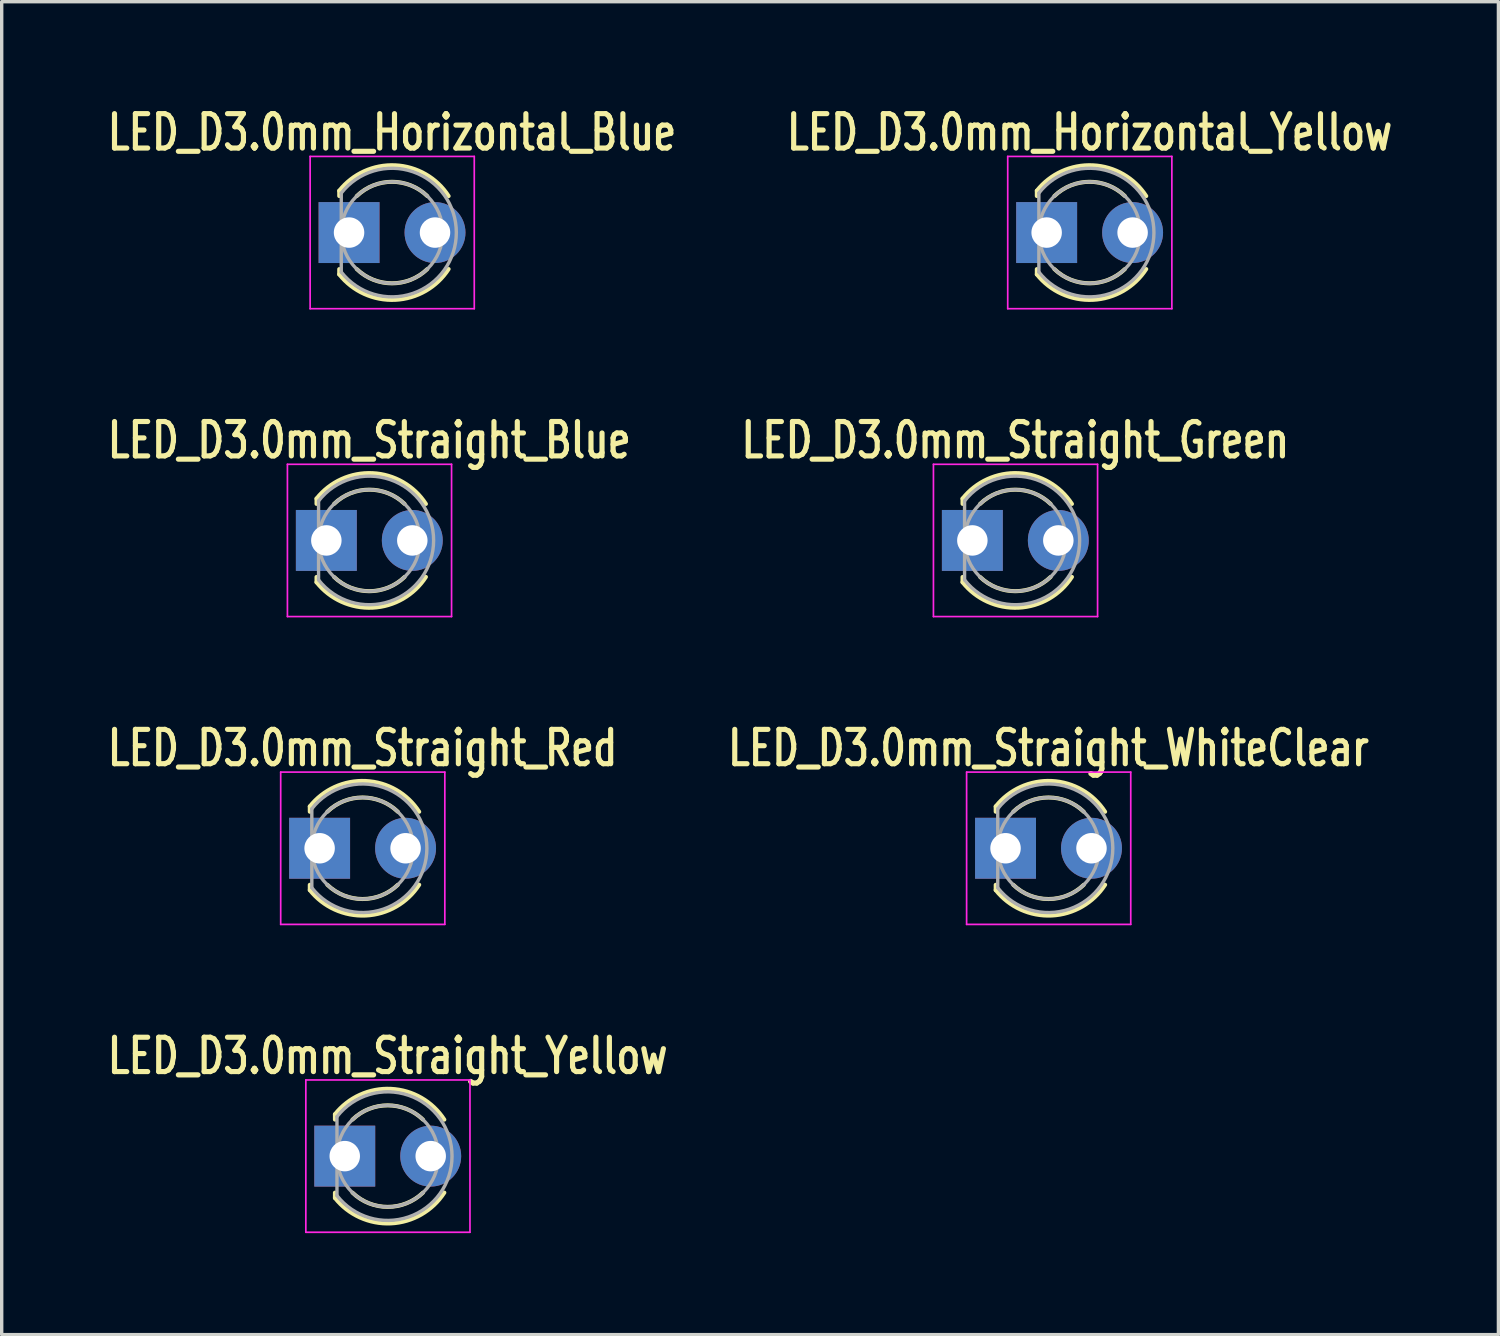
<source format=kicad_pcb>
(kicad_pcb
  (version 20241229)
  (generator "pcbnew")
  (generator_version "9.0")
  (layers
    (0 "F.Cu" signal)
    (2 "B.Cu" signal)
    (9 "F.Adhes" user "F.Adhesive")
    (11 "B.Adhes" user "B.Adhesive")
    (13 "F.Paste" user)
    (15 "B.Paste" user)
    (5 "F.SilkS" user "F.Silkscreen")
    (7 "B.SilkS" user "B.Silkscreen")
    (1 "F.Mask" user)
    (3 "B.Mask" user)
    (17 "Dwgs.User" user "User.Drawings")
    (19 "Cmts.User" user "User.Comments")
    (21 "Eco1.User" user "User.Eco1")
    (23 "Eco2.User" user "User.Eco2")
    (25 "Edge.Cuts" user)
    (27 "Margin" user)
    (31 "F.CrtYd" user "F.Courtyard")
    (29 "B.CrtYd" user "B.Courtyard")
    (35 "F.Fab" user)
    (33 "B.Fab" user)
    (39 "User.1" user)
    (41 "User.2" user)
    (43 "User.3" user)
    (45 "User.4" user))
  (footprint "LED_D3.0mm_Straight_WhiteClear"
    (layer "F.Cu")
    (at 26.662 22.015)
    (property "Reference" "LED_D3.0mm_Straight_WhiteClear" (at 1.27 -2.96 0) (layer "F.SilkS") (effects (font (size 1.016 0.762) (thickness 0.152))))
    (attr through_hole)
    (fp_line (start -0.29 -1.236) (end -0.29 -1.08) (stroke (width 0.12) (type solid)) (layer "F.SilkS"))
    (fp_line (start -0.29 1.08) (end -0.29 1.236) (stroke (width 0.12) (type solid)) (layer "F.SilkS"))
    (fp_arc (start -0.29 -1.235516) (mid 1.366487 -1.987659) (end 2.942335 -1.078608) (stroke (width 0.12) (type solid)) (layer "F.SilkS"))
    (fp_arc (start 0.229039 -1.08) (mid 1.270117 -1.5) (end 2.31113 -1.079837) (stroke (width 0.12) (type solid)) (layer "F.SilkS"))
    (fp_arc (start 2.31113 1.079837) (mid 1.270117 1.5) (end 0.229039 1.08) (stroke (width 0.12) (type solid)) (layer "F.SilkS"))
    (fp_arc (start 2.942335 1.078608) (mid 1.366487 1.987659) (end -0.29 1.235516) (stroke (width 0.12) (type solid)) (layer "F.SilkS"))
    (fp_line (start -1.15 -2.25) (end -1.15 2.25) (stroke (width 0.05) (type solid)) (layer "F.CrtYd"))
    (fp_line (start -1.15 2.25) (end 3.7 2.25) (stroke (width 0.05) (type solid)) (layer "F.CrtYd"))
    (fp_line (start 3.7 -2.25) (end -1.15 -2.25) (stroke (width 0.05) (type solid)) (layer "F.CrtYd"))
    (fp_line (start 3.7 2.25) (end 3.7 -2.25) (stroke (width 0.05) (type solid)) (layer "F.CrtYd"))
    (fp_line (start -0.23 -1.166) (end -0.23 1.166) (stroke (width 0.1) (type solid)) (layer "F.Fab"))
    (fp_arc (start -0.23 -1.16619) (mid 3.17 0.000452) (end -0.230555 1.165476) (stroke (width 0.1) (type solid)) (layer "F.Fab"))
    (fp_circle (center 1.27 0) (end 2.77 0) (stroke (width 0.1) (type solid)) (fill no) (layer "F.Fab"))
    (pad "1" thru_hole rect (at 0 0) (size 1.8 1.8) (drill 0.9) (layers "*.Cu" "*.Mask"))
    (pad "2" thru_hole circle (at 2.54 0) (size 1.8 1.8) (drill 0.9) (layers "*.Cu" "*.Mask")))
  (footprint "LED_D3.0mm_Horizontal_Blue"
    (layer "F.Cu")
    (at 7.264 3.822)
    (property "Reference" "LED_D3.0mm_Horizontal_Blue" (at 1.27 -2.96 0) (layer "F.SilkS") (effects (font (size 1.016 0.762) (thickness 0.152))))
    (attr through_hole)
    (fp_line (start -0.29 -1.236) (end -0.29 -1.08) (stroke (width 0.12) (type solid)) (layer "F.SilkS"))
    (fp_line (start -0.29 1.08) (end -0.29 1.236) (stroke (width 0.12) (type solid)) (layer "F.SilkS"))
    (fp_arc (start -0.29 -1.235516) (mid 1.366487 -1.987659) (end 2.942335 -1.078608) (stroke (width 0.12) (type solid)) (layer "F.SilkS"))
    (fp_arc (start 0.229039 -1.08) (mid 1.270117 -1.5) (end 2.31113 -1.079837) (stroke (width 0.12) (type solid)) (layer "F.SilkS"))
    (fp_arc (start 2.31113 1.079837) (mid 1.270117 1.5) (end 0.229039 1.08) (stroke (width 0.12) (type solid)) (layer "F.SilkS"))
    (fp_arc (start 2.942335 1.078608) (mid 1.366487 1.987659) (end -0.29 1.235516) (stroke (width 0.12) (type solid)) (layer "F.SilkS"))
    (fp_line (start -1.15 -2.25) (end -1.15 2.25) (stroke (width 0.05) (type solid)) (layer "F.CrtYd"))
    (fp_line (start -1.15 2.25) (end 3.7 2.25) (stroke (width 0.05) (type solid)) (layer "F.CrtYd"))
    (fp_line (start 3.7 -2.25) (end -1.15 -2.25) (stroke (width 0.05) (type solid)) (layer "F.CrtYd"))
    (fp_line (start 3.7 2.25) (end 3.7 -2.25) (stroke (width 0.05) (type solid)) (layer "F.CrtYd"))
    (fp_line (start -0.23 -1.166) (end -0.23 1.166) (stroke (width 0.1) (type solid)) (layer "F.Fab"))
    (fp_arc (start -0.23 -1.16619) (mid 3.17 0.000452) (end -0.230555 1.165476) (stroke (width 0.1) (type solid)) (layer "F.Fab"))
    (fp_circle (center 1.27 0) (end 2.77 0) (stroke (width 0.1) (type solid)) (fill no) (layer "F.Fab"))
    (pad "1" thru_hole rect (at 0 0) (size 1.8 1.8) (drill 0.9) (layers "*.Cu" "*.Mask"))
    (pad "2" thru_hole circle (at 2.54 0) (size 1.8 1.8) (drill 0.9) (layers "*.Cu" "*.Mask")))
  (footprint "LED_D3.0mm_Straight_Blue"
    (layer "F.Cu")
    (at 6.593 12.919)
    (property "Reference" "LED_D3.0mm_Straight_Blue" (at 1.27 -2.96 0) (layer "F.SilkS") (effects (font (size 1.016 0.762) (thickness 0.152))))
    (attr through_hole)
    (fp_line (start -0.29 -1.236) (end -0.29 -1.08) (stroke (width 0.12) (type solid)) (layer "F.SilkS"))
    (fp_line (start -0.29 1.08) (end -0.29 1.236) (stroke (width 0.12) (type solid)) (layer "F.SilkS"))
    (fp_arc (start -0.29 -1.235516) (mid 1.366487 -1.987659) (end 2.942335 -1.078608) (stroke (width 0.12) (type solid)) (layer "F.SilkS"))
    (fp_arc (start 0.229039 -1.08) (mid 1.270117 -1.5) (end 2.31113 -1.079837) (stroke (width 0.12) (type solid)) (layer "F.SilkS"))
    (fp_arc (start 2.31113 1.079837) (mid 1.270117 1.5) (end 0.229039 1.08) (stroke (width 0.12) (type solid)) (layer "F.SilkS"))
    (fp_arc (start 2.942335 1.078608) (mid 1.366487 1.987659) (end -0.29 1.235516) (stroke (width 0.12) (type solid)) (layer "F.SilkS"))
    (fp_line (start -1.15 -2.25) (end -1.15 2.25) (stroke (width 0.05) (type solid)) (layer "F.CrtYd"))
    (fp_line (start -1.15 2.25) (end 3.7 2.25) (stroke (width 0.05) (type solid)) (layer "F.CrtYd"))
    (fp_line (start 3.7 -2.25) (end -1.15 -2.25) (stroke (width 0.05) (type solid)) (layer "F.CrtYd"))
    (fp_line (start 3.7 2.25) (end 3.7 -2.25) (stroke (width 0.05) (type solid)) (layer "F.CrtYd"))
    (fp_line (start -0.23 -1.166) (end -0.23 1.166) (stroke (width 0.1) (type solid)) (layer "F.Fab"))
    (fp_arc (start -0.23 -1.16619) (mid 3.17 0.000452) (end -0.230555 1.165476) (stroke (width 0.1) (type solid)) (layer "F.Fab"))
    (fp_circle (center 1.27 0) (end 2.77 0) (stroke (width 0.1) (type solid)) (fill no) (layer "F.Fab"))
    (pad "1" thru_hole rect (at 0 0) (size 1.8 1.8) (drill 0.9) (layers "*.Cu" "*.Mask"))
    (pad "2" thru_hole circle (at 2.54 0) (size 1.8 1.8) (drill 0.9) (layers "*.Cu" "*.Mask")))
  (footprint "LED_D3.0mm_Straight_Red"
    (layer "F.Cu")
    (at 6.394 22.015)
    (property "Reference" "LED_D3.0mm_Straight_Red" (at 1.27 -2.96 0) (layer "F.SilkS") (effects (font (size 1.016 0.762) (thickness 0.152))))
    (attr through_hole)
    (fp_line (start -0.29 -1.236) (end -0.29 -1.08) (stroke (width 0.12) (type solid)) (layer "F.SilkS"))
    (fp_line (start -0.29 1.08) (end -0.29 1.236) (stroke (width 0.12) (type solid)) (layer "F.SilkS"))
    (fp_arc (start -0.29 -1.235516) (mid 1.366487 -1.987659) (end 2.942335 -1.078608) (stroke (width 0.12) (type solid)) (layer "F.SilkS"))
    (fp_arc (start 0.229039 -1.08) (mid 1.270117 -1.5) (end 2.31113 -1.079837) (stroke (width 0.12) (type solid)) (layer "F.SilkS"))
    (fp_arc (start 2.31113 1.079837) (mid 1.270117 1.5) (end 0.229039 1.08) (stroke (width 0.12) (type solid)) (layer "F.SilkS"))
    (fp_arc (start 2.942335 1.078608) (mid 1.366487 1.987659) (end -0.29 1.235516) (stroke (width 0.12) (type solid)) (layer "F.SilkS"))
    (fp_line (start -1.15 -2.25) (end -1.15 2.25) (stroke (width 0.05) (type solid)) (layer "F.CrtYd"))
    (fp_line (start -1.15 2.25) (end 3.7 2.25) (stroke (width 0.05) (type solid)) (layer "F.CrtYd"))
    (fp_line (start 3.7 -2.25) (end -1.15 -2.25) (stroke (width 0.05) (type solid)) (layer "F.CrtYd"))
    (fp_line (start 3.7 2.25) (end 3.7 -2.25) (stroke (width 0.05) (type solid)) (layer "F.CrtYd"))
    (fp_line (start -0.23 -1.166) (end -0.23 1.166) (stroke (width 0.1) (type solid)) (layer "F.Fab"))
    (fp_arc (start -0.23 -1.16619) (mid 3.17 0.000452) (end -0.230555 1.165476) (stroke (width 0.1) (type solid)) (layer "F.Fab"))
    (fp_circle (center 1.27 0) (end 2.77 0) (stroke (width 0.1) (type solid)) (fill no) (layer "F.Fab"))
    (pad "1" thru_hole rect (at 0 0) (size 1.8 1.8) (drill 0.9) (layers "*.Cu" "*.Mask"))
    (pad "2" thru_hole circle (at 2.54 0) (size 1.8 1.8) (drill 0.9) (layers "*.Cu" "*.Mask")))
  (footprint "LED_D3.0mm_Straight_Yellow"
    (layer "F.Cu")
    (at 7.137 31.112)
    (property "Reference" "LED_D3.0mm_Straight_Yellow" (at 1.27 -2.96 0) (layer "F.SilkS") (effects (font (size 1.016 0.762) (thickness 0.152))))
    (attr through_hole)
    (fp_line (start -0.29 -1.236) (end -0.29 -1.08) (stroke (width 0.12) (type solid)) (layer "F.SilkS"))
    (fp_line (start -0.29 1.08) (end -0.29 1.236) (stroke (width 0.12) (type solid)) (layer "F.SilkS"))
    (fp_arc (start -0.29 -1.235516) (mid 1.366487 -1.987659) (end 2.942335 -1.078608) (stroke (width 0.12) (type solid)) (layer "F.SilkS"))
    (fp_arc (start 0.229039 -1.08) (mid 1.270117 -1.5) (end 2.31113 -1.079837) (stroke (width 0.12) (type solid)) (layer "F.SilkS"))
    (fp_arc (start 2.31113 1.079837) (mid 1.270117 1.5) (end 0.229039 1.08) (stroke (width 0.12) (type solid)) (layer "F.SilkS"))
    (fp_arc (start 2.942335 1.078608) (mid 1.366487 1.987659) (end -0.29 1.235516) (stroke (width 0.12) (type solid)) (layer "F.SilkS"))
    (fp_line (start -1.15 -2.25) (end -1.15 2.25) (stroke (width 0.05) (type solid)) (layer "F.CrtYd"))
    (fp_line (start -1.15 2.25) (end 3.7 2.25) (stroke (width 0.05) (type solid)) (layer "F.CrtYd"))
    (fp_line (start 3.7 -2.25) (end -1.15 -2.25) (stroke (width 0.05) (type solid)) (layer "F.CrtYd"))
    (fp_line (start 3.7 2.25) (end 3.7 -2.25) (stroke (width 0.05) (type solid)) (layer "F.CrtYd"))
    (fp_line (start -0.23 -1.166) (end -0.23 1.166) (stroke (width 0.1) (type solid)) (layer "F.Fab"))
    (fp_arc (start -0.23 -1.16619) (mid 3.17 0.000452) (end -0.230555 1.165476) (stroke (width 0.1) (type solid)) (layer "F.Fab"))
    (fp_circle (center 1.27 0) (end 2.77 0) (stroke (width 0.1) (type solid)) (fill no) (layer "F.Fab"))
    (pad "1" thru_hole rect (at 0 0) (size 1.8 1.8) (drill 0.9) (layers "*.Cu" "*.Mask"))
    (pad "2" thru_hole circle (at 2.54 0) (size 1.8 1.8) (drill 0.9) (layers "*.Cu" "*.Mask")))
  (footprint "LED_D3.0mm_Straight_Green"
    (layer "F.Cu")
    (at 25.682 12.919)
    (property "Reference" "LED_D3.0mm_Straight_Green" (at 1.27 -2.96 0) (layer "F.SilkS") (effects (font (size 1.016 0.762) (thickness 0.152))))
    (attr through_hole)
    (fp_line (start -0.29 -1.236) (end -0.29 -1.08) (stroke (width 0.12) (type solid)) (layer "F.SilkS"))
    (fp_line (start -0.29 1.08) (end -0.29 1.236) (stroke (width 0.12) (type solid)) (layer "F.SilkS"))
    (fp_arc (start -0.29 -1.235516) (mid 1.366487 -1.987659) (end 2.942335 -1.078608) (stroke (width 0.12) (type solid)) (layer "F.SilkS"))
    (fp_arc (start 0.229039 -1.08) (mid 1.270117 -1.5) (end 2.31113 -1.079837) (stroke (width 0.12) (type solid)) (layer "F.SilkS"))
    (fp_arc (start 2.31113 1.079837) (mid 1.270117 1.5) (end 0.229039 1.08) (stroke (width 0.12) (type solid)) (layer "F.SilkS"))
    (fp_arc (start 2.942335 1.078608) (mid 1.366487 1.987659) (end -0.29 1.235516) (stroke (width 0.12) (type solid)) (layer "F.SilkS"))
    (fp_line (start -1.15 -2.25) (end -1.15 2.25) (stroke (width 0.05) (type solid)) (layer "F.CrtYd"))
    (fp_line (start -1.15 2.25) (end 3.7 2.25) (stroke (width 0.05) (type solid)) (layer "F.CrtYd"))
    (fp_line (start 3.7 -2.25) (end -1.15 -2.25) (stroke (width 0.05) (type solid)) (layer "F.CrtYd"))
    (fp_line (start 3.7 2.25) (end 3.7 -2.25) (stroke (width 0.05) (type solid)) (layer "F.CrtYd"))
    (fp_line (start -0.23 -1.166) (end -0.23 1.166) (stroke (width 0.1) (type solid)) (layer "F.Fab"))
    (fp_arc (start -0.23 -1.16619) (mid 3.17 0.000452) (end -0.230555 1.165476) (stroke (width 0.1) (type solid)) (layer "F.Fab"))
    (fp_circle (center 1.27 0) (end 2.77 0) (stroke (width 0.1) (type solid)) (fill no) (layer "F.Fab"))
    (pad "1" thru_hole rect (at 0 0) (size 1.8 1.8) (drill 0.9) (layers "*.Cu" "*.Mask"))
    (pad "2" thru_hole circle (at 2.54 0) (size 1.8 1.8) (drill 0.9) (layers "*.Cu" "*.Mask")))
  (footprint "LED_D3.0mm_Horizontal_Yellow"
    (layer "F.Cu")
    (at 27.877 3.822)
    (property "Reference" "LED_D3.0mm_Horizontal_Yellow" (at 1.27 -2.96 0) (layer "F.SilkS") (effects (font (size 1.016 0.762) (thickness 0.152))))
    (attr through_hole)
    (fp_line (start -0.29 -1.236) (end -0.29 -1.08) (stroke (width 0.12) (type solid)) (layer "F.SilkS"))
    (fp_line (start -0.29 1.08) (end -0.29 1.236) (stroke (width 0.12) (type solid)) (layer "F.SilkS"))
    (fp_arc (start -0.29 -1.235516) (mid 1.366487 -1.987659) (end 2.942335 -1.078608) (stroke (width 0.12) (type solid)) (layer "F.SilkS"))
    (fp_arc (start 0.229039 -1.08) (mid 1.270117 -1.5) (end 2.31113 -1.079837) (stroke (width 0.12) (type solid)) (layer "F.SilkS"))
    (fp_arc (start 2.31113 1.079837) (mid 1.270117 1.5) (end 0.229039 1.08) (stroke (width 0.12) (type solid)) (layer "F.SilkS"))
    (fp_arc (start 2.942335 1.078608) (mid 1.366487 1.987659) (end -0.29 1.235516) (stroke (width 0.12) (type solid)) (layer "F.SilkS"))
    (fp_line (start -1.15 -2.25) (end -1.15 2.25) (stroke (width 0.05) (type solid)) (layer "F.CrtYd"))
    (fp_line (start -1.15 2.25) (end 3.7 2.25) (stroke (width 0.05) (type solid)) (layer "F.CrtYd"))
    (fp_line (start 3.7 -2.25) (end -1.15 -2.25) (stroke (width 0.05) (type solid)) (layer "F.CrtYd"))
    (fp_line (start 3.7 2.25) (end 3.7 -2.25) (stroke (width 0.05) (type solid)) (layer "F.CrtYd"))
    (fp_line (start -0.23 -1.166) (end -0.23 1.166) (stroke (width 0.1) (type solid)) (layer "F.Fab"))
    (fp_arc (start -0.23 -1.16619) (mid 3.17 0.000452) (end -0.230555 1.165476) (stroke (width 0.1) (type solid)) (layer "F.Fab"))
    (fp_circle (center 1.27 0) (end 2.77 0) (stroke (width 0.1) (type solid)) (fill no) (layer "F.Fab"))
    (pad "1" thru_hole rect (at 0 0) (size 1.8 1.8) (drill 0.9) (layers "*.Cu" "*.Mask"))
    (pad "2" thru_hole circle (at 2.54 0) (size 1.8 1.8) (drill 0.9) (layers "*.Cu" "*.Mask")))
  (gr_rect
    (start -3 -3)
    (end 41.226 36.387)
    (stroke (width 0.1) (type default))
    (fill no)
    (layer "Edge.Cuts")))
</source>
